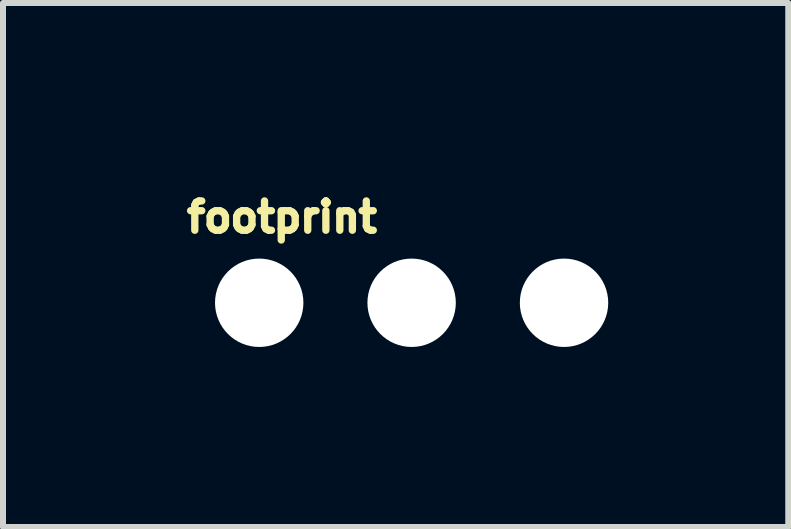
<source format=kicad_pcb>
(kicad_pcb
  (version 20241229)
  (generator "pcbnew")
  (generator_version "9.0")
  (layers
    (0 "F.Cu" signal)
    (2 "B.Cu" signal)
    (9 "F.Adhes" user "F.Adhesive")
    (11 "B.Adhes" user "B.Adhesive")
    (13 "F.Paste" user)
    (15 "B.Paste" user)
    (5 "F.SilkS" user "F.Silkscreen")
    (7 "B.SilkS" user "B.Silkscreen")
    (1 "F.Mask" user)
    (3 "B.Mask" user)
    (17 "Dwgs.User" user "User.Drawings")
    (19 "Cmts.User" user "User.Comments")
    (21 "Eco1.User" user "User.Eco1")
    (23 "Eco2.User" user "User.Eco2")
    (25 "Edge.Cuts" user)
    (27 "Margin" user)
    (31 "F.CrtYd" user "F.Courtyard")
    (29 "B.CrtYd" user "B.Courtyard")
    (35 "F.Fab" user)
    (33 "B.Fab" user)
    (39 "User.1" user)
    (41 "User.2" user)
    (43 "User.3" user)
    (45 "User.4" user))
  (footprint "footprint"
    (layer "F.Cu")
    (at 1.27 1.996)
    (property "Reference" "footprint" (at -1.27 -1.143 0) (layer "F.SilkS") (effects (font (size 0.488 0.488) (thickness 0.122)) (justify left bottom)))
    (fp_circle (center 0 0) (end 0.635 0) (stroke (width 0.127) (type solid)) (fill no) (layer "F.Fab"))
    (fp_circle (center 2.54 0) (end 3.175 0) (stroke (width 0.127) (type solid)) (fill no) (layer "F.Fab"))
    (fp_circle (center 5.08 0) (end 5.715 0) (stroke (width 0.127) (type solid)) (fill no) (layer "F.Fab"))
    (pad "" np_thru_hole circle (at 0 0) (size 1.473 1.473) (drill 1.473) (layers "*.Cu" "*.Mask"))
    (pad "" np_thru_hole circle (at 2.54 0) (size 1.473 1.473) (drill 1.473) (layers "*.Cu" "*.Mask"))
    (pad "" np_thru_hole circle (at 5.08 0) (size 1.473 1.473) (drill 1.473) (layers "*.Cu" "*.Mask"))
    (pad "1" thru_hole circle (at 0 0 90) (size 0.813 0.813) (drill 0.9) (layers "*.Cu" "*.Mask"))
    (pad "2" thru_hole circle (at 2.54 0 90) (size 0.813 0.813) (drill 0.9) (layers "*.Cu" "*.Mask"))
    (pad "3" thru_hole circle (at 5.08 0 90) (size 0.813 0.813) (drill 0.9) (layers "*.Cu" "*.Mask")))
  (gr_rect
    (start -3 -3)
    (end 10.087 5.733)
    (stroke (width 0.1) (type default))
    (fill no)
    (layer "Edge.Cuts")))
</source>
